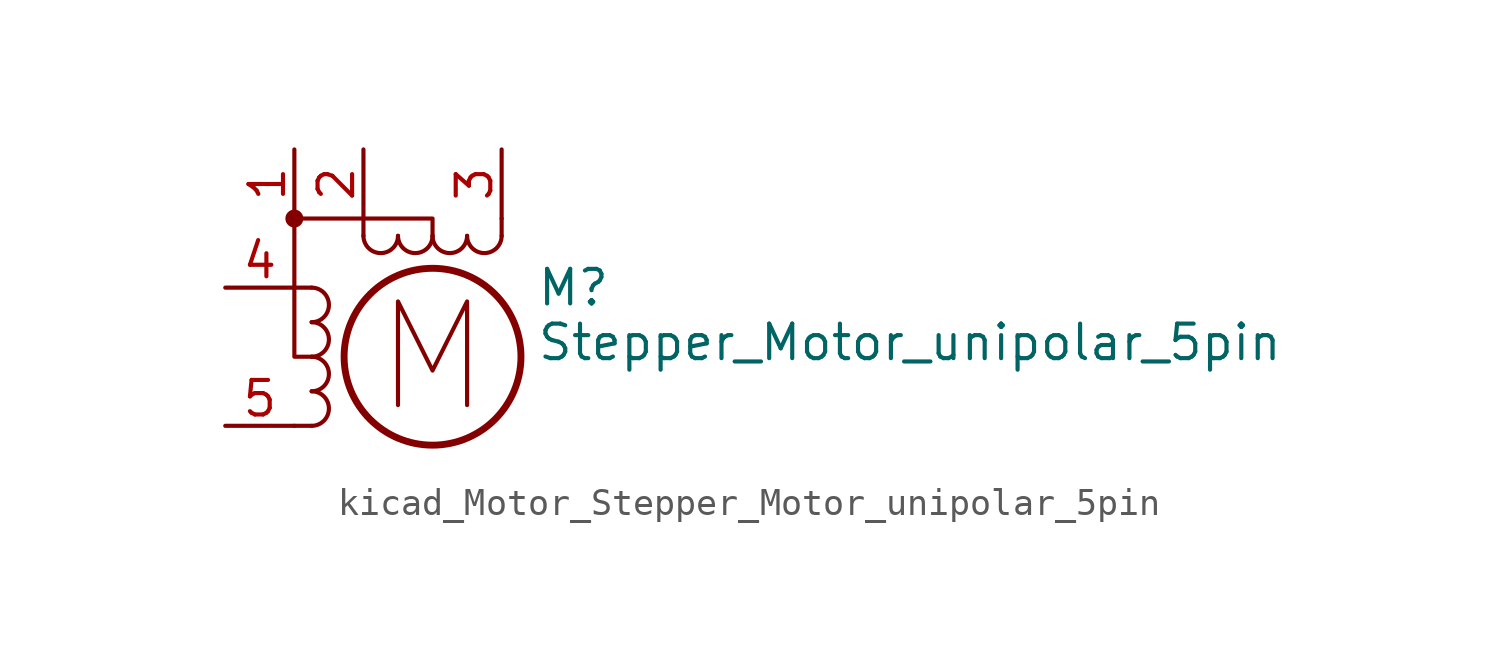
<source format=kicad_sym>
(kicad_symbol_lib
  (version 20220914)
  (generator kicad_symbol_editor)
  (symbol "kicad_Motor_Stepper_Motor_unipolar_5pin"
    (pin_names
      (offset 0) hide)
    (property "Reference" "M"
      (at 3.81 2.54 0)
      (effects (font (size 1.27 1.27)) (justify left)))
    (property "Value" "Stepper_Motor_unipolar_5pin"
      (at 3.81 1.27 0)
      (effects (font (size 1.27 1.27)) (justify left top)))
    (symbol "kicad_Motor_Stepper_Motor_unipolar_5pin_0_0"
      (polyline (pts (xy -1.27 -1.778) (xy -1.27 2.032) (xy 0 -0.508) (xy 1.27 2.032) (xy 1.27 -1.778)) (stroke (width 0) (type default)) (fill (type none))))
    (symbol "kicad_Motor_Stepper_Motor_unipolar_5pin_0_1"
      (circle (center -5.08 5.08) (radius 0.0001) (stroke (width 0) (type default)) (fill (type outline)))
      (circle (center -5.08 5.08) (radius 0.254) (stroke (width 0) (type default)) (fill (type outline)))
      (arc (start -4.445 -2.54) (mid -3.8127 -1.905) (end -4.445 -1.27) (stroke (width 0) (type default)) (fill (type none)))
      (arc (start -4.445 -1.27) (mid -3.8127 -0.635) (end -4.445 0) (stroke (width 0) (type default)) (fill (type none)))
      (arc (start -4.445 0) (mid -3.8127 0.635) (end -4.445 1.27) (stroke (width 0) (type default)) (fill (type none)))
      (arc (start -4.445 1.27) (mid -3.8127 1.905) (end -4.445 2.54) (stroke (width 0) (type default)) (fill (type none)))
      (arc (start -2.54 4.445) (mid -1.905 3.8127) (end -1.27 4.445) (stroke (width 0) (type default)) (fill (type none)))
      (arc (start -1.27 4.445) (mid -0.635 3.8127) (end 0 4.445) (stroke (width 0) (type default)) (fill (type none)))
      (polyline (pts (xy -5.08 -2.54) (xy -4.445 -2.54)) (stroke (width 0) (type default)) (fill (type none)))
      (polyline (pts (xy -5.08 2.54) (xy -4.445 2.54)) (stroke (width 0) (type default)) (fill (type none)))
      (polyline (pts (xy -2.54 4.445) (xy -2.54 5.08)) (stroke (width 0) (type default)) (fill (type none)))
      (polyline (pts (xy 2.54 4.445) (xy 2.54 5.08)) (stroke (width 0) (type default)) (fill (type none)))
      (polyline (pts (xy -5.08 5.08) (xy -5.08 0) (xy -4.445 0)) (stroke (width 0) (type default)) (fill (type none)))
      (polyline (pts (xy 0 4.445) (xy 0 5.08) (xy -5.08 5.08)) (stroke (width 0) (type default)) (fill (type none)))
      (circle (center 0 0) (radius 3.251) (stroke (width 0.254) (type default)) (fill (type none)))
      (arc (start 0 4.445) (mid 0.635 3.8127) (end 1.27 4.445) (stroke (width 0) (type default)) (fill (type none)))
      (arc (start 1.27 4.445) (mid 1.905 3.8127) (end 2.54 4.445) (stroke (width 0) (type default)) (fill (type none))))
    (symbol "kicad_Motor_Stepper_Motor_unipolar_5pin_1_1"
      (pin passive line (at -5.08 7.62 270) (length 2.54) (name "~" (effects (font (size 1.27 1.27)))) (number "1" (effects (font (size 1.27 1.27)))))
      (pin passive line (at -2.54 7.62 270) (length 2.54) (name "~" (effects (font (size 1.27 1.27)))) (number "2" (effects (font (size 1.27 1.27)))))
      (pin passive line (at 2.54 7.62 270) (length 2.54) (name "-" (effects (font (size 1.27 1.27)))) (number "3" (effects (font (size 1.27 1.27)))))
      (pin passive line (at -7.62 2.54 0) (length 2.54) (name "~" (effects (font (size 1.27 1.27)))) (number "4" (effects (font (size 1.27 1.27)))))
      (pin passive line (at -7.62 -2.54 0) (length 2.54) (name "~" (effects (font (size 1.27 1.27)))) (number "5" (effects (font (size 1.27 1.27))))))))
</source>
